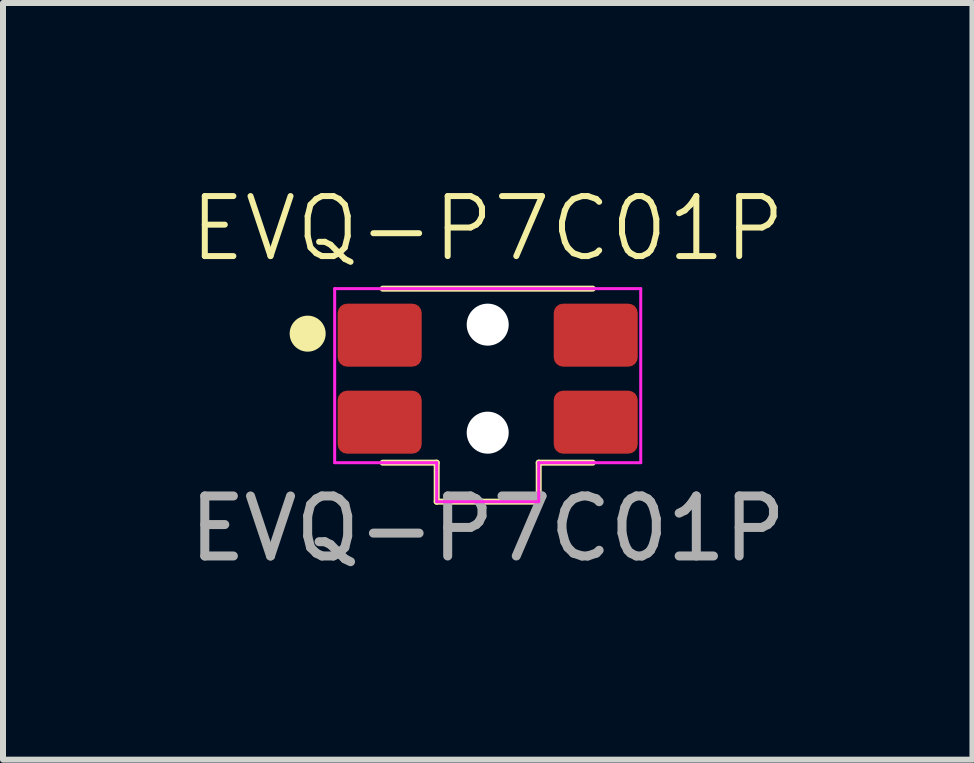
<source format=kicad_pcb>
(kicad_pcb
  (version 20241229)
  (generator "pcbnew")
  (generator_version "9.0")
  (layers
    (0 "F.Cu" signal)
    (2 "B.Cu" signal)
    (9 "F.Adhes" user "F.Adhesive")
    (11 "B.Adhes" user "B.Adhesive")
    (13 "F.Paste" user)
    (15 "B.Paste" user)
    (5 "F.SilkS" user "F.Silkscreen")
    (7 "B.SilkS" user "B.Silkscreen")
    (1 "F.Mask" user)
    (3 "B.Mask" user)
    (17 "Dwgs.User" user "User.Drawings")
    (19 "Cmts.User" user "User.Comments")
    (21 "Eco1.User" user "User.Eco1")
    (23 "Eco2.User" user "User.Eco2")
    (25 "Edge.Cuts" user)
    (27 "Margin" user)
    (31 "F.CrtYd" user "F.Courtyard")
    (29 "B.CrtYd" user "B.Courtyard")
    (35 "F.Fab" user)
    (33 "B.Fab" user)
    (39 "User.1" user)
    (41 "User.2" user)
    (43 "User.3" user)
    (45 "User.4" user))
  (footprint "EVQ-P7C01P"
    (layer "F.Cu")
    (at 5.077 3.26)
    (property "Reference" "EVQ-P7C01P" (at 0 -2.5 0) (unlocked yes) (layer "F.SilkS") (effects (font (size 1 1) (thickness 0.1))))
    (attr smd)
    (fp_line (start -1.75 -1.5) (end 1.75 -1.5) (stroke (width 0.1) (type default)) (layer "F.SilkS"))
    (fp_line (start -0.85 1.4) (end -1.75 1.4) (stroke (width 0.1) (type default)) (layer "F.SilkS"))
    (fp_line (start -0.85 2.05) (end -0.85 1.4) (stroke (width 0.1) (type default)) (layer "F.SilkS"))
    (fp_line (start -0.85 2.05) (end 0.85 2.05) (stroke (width 0.1) (type solid)) (layer "F.SilkS"))
    (fp_line (start 0.85 1.4) (end 0.85 2.05) (stroke (width 0.1) (type default)) (layer "F.SilkS"))
    (fp_line (start 0.85 1.4) (end 1.75 1.4) (stroke (width 0.1) (type default)) (layer "F.SilkS"))
    (fp_circle (center -3 -0.75) (end -2.75 -0.75) (stroke (width 0.1) (type solid)) (fill yes) (layer "F.SilkS"))
    (fp_line (start -2.55 -1.5) (end -2.55 1.4) (stroke (width 0.05) (type default)) (layer "F.CrtYd"))
    (fp_line (start -2.55 -1.5) (end 2.55 -1.5) (stroke (width 0.05) (type default)) (layer "F.CrtYd"))
    (fp_line (start -2.55 1.4) (end -0.85 1.4) (stroke (width 0.05) (type default)) (layer "F.CrtYd"))
    (fp_line (start -0.85 1.4) (end -0.85 2.05) (stroke (width 0.05) (type default)) (layer "F.CrtYd"))
    (fp_line (start -0.85 2.05) (end 0.85 2.05) (stroke (width 0.05) (type default)) (layer "F.CrtYd"))
    (fp_line (start 0.85 1.4) (end 2.55 1.4) (stroke (width 0.05) (type default)) (layer "F.CrtYd"))
    (fp_line (start 0.85 2.05) (end 0.85 1.4) (stroke (width 0.05) (type default)) (layer "F.CrtYd"))
    (fp_line (start 2.55 1.4) (end 2.55 -1.5) (stroke (width 0.05) (type default)) (layer "F.CrtYd"))
    (fp_text user "${REFERENCE}" (at 0 2.5 0) (unlocked yes) (layer "F.Fab") (effects (font (size 1 1) (thickness 0.15))))
    (pad "" np_thru_hole circle (at 0 -0.9) (size 0.7 0.7) (drill 0.7) (layers "*.Cu" "*.Mask"))
    (pad "" np_thru_hole circle (at 0 0.9) (size 0.7 0.7) (drill 0.7) (layers "*.Cu" "*.Mask"))
    (pad "1" smd roundrect (at -1.8 -0.725) (size 1.4 1.05) (layers "F.Cu" "F.Mask" "F.Paste") (roundrect_rratio 0.15))
    (pad "1" smd roundrect (at 1.8 -0.725) (size 1.4 1.05) (layers "F.Cu" "F.Mask" "F.Paste") (roundrect_rratio 0.15))
    (pad "2" smd roundrect (at -1.8 0.725) (size 1.4 1.05) (layers "F.Cu" "F.Mask" "F.Paste") (roundrect_rratio 0.15))
    (pad "2" smd roundrect (at 1.8 0.725) (size 1.4 1.05) (layers "F.Cu" "F.Mask" "F.Paste") (roundrect_rratio 0.15)))
  (gr_rect
    (start -3 -3)
    (end 13.155 9.609)
    (stroke (width 0.1) (type default))
    (fill no)
    (layer "Edge.Cuts")))
</source>
